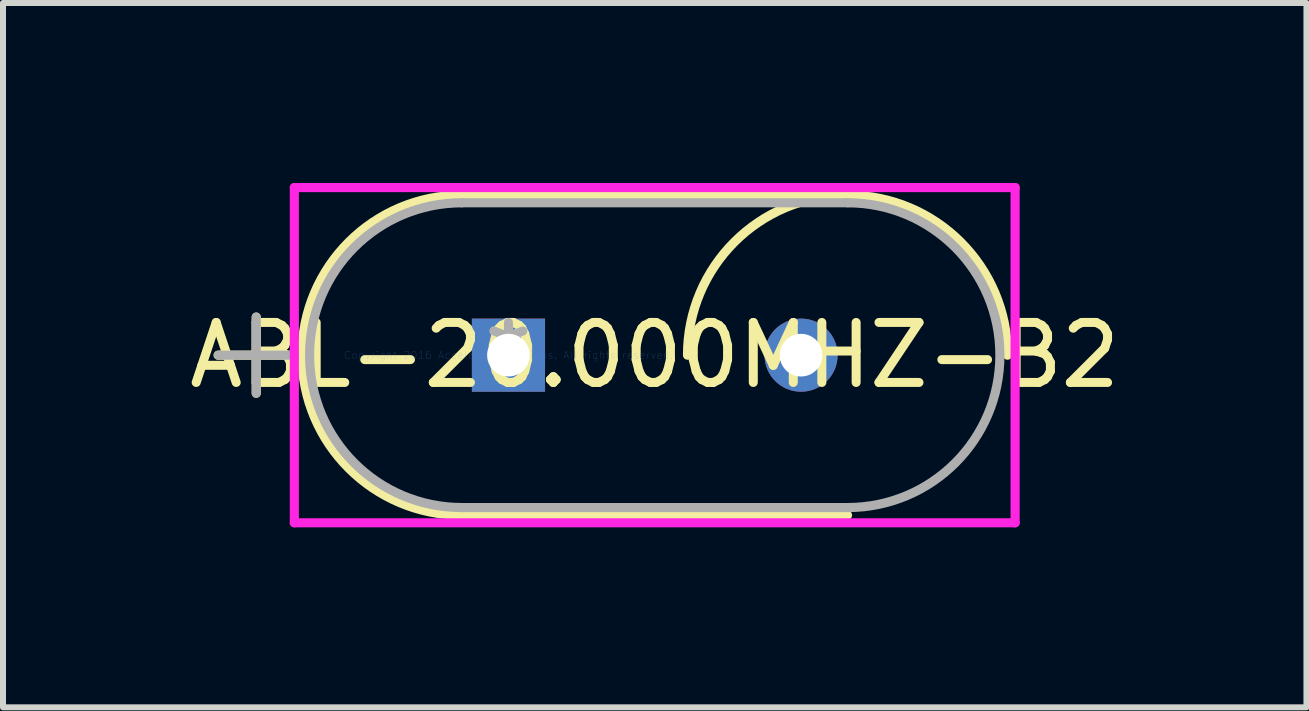
<source format=kicad_pcb>
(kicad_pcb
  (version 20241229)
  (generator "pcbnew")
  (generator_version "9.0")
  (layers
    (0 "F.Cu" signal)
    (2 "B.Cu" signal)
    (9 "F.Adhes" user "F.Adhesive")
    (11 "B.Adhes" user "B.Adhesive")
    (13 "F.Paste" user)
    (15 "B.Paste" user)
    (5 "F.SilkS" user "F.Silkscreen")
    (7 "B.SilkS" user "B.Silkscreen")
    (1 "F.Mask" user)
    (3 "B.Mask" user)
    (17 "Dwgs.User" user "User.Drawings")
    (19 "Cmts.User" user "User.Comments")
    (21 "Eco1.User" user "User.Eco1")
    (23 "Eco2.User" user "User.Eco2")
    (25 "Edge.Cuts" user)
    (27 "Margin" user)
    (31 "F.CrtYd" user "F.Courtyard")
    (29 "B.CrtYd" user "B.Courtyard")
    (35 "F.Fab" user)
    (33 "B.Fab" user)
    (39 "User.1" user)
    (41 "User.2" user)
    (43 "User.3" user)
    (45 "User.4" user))
  (footprint "ABL-20.000MHZ-B2"
    (layer "F.Cu")
    (at 5.425 2.87)
    (property "Reference" "ABL-20.000MHZ-B2" (at 2.438 0 0) (layer "F.SilkS") (effects (font (size 1 1) (thickness 0.15))))
    (attr through_hole)
    (fp_line (start -4.839 0) (end -3.569 0) (stroke (width 0.152) (type solid)) (layer "F.SilkS"))
    (fp_line (start -4.204 -0.635) (end -4.204 0.635) (stroke (width 0.152) (type solid)) (layer "F.SilkS"))
    (fp_line (start -0.775 -2.667) (end 5.652 -2.667) (stroke (width 0.152) (type solid)) (layer "F.SilkS"))
    (fp_line (start -0.775 2.667) (end 5.652 2.667) (stroke (width 0.152) (type solid)) (layer "F.SilkS"))
    (fp_arc (start -0.7747 2.667) (mid -3.4417 0) (end -0.7747 -2.667) (stroke (width 0.1524) (type solid)) (layer "F.SilkS"))
    (fp_arc (start 2.9845 0) (mid 3.765646 -1.885854) (end 5.6515 -2.667) (stroke (width 0.1524) (type solid)) (layer "F.SilkS"))
    (fp_arc (start 5.6515 -2.667) (mid 7.537354 -1.885854) (end 8.3185 0) (stroke (width 0.1524) (type solid)) (layer "F.SilkS"))
    (fp_line (start -3.569 -2.794) (end 8.445 -2.794) (stroke (width 0.152) (type solid)) (layer "F.CrtYd"))
    (fp_line (start -3.569 2.794) (end -3.569 -2.794) (stroke (width 0.152) (type solid)) (layer "F.CrtYd"))
    (fp_line (start 8.445 -2.794) (end 8.445 2.794) (stroke (width 0.152) (type solid)) (layer "F.CrtYd"))
    (fp_line (start 8.445 2.794) (end -3.569 2.794) (stroke (width 0.152) (type solid)) (layer "F.CrtYd"))
    (fp_line (start -4.839 0) (end -3.569 0) (stroke (width 0.152) (type solid)) (layer "F.Fab"))
    (fp_line (start -4.204 -0.635) (end -4.204 0.635) (stroke (width 0.152) (type solid)) (layer "F.Fab"))
    (fp_line (start -0.775 -2.54) (end 5.652 -2.54) (stroke (width 0.152) (type solid)) (layer "F.Fab"))
    (fp_line (start -0.775 2.54) (end 5.652 2.54) (stroke (width 0.152) (type solid)) (layer "F.Fab"))
    (fp_arc (start -0.7747 2.54) (mid -3.3147 0) (end -0.7747 -2.54) (stroke (width 0.1524) (type solid)) (layer "F.Fab"))
    (fp_arc (start 5.6515 -2.54) (mid 8.1915 0) (end 5.6515 2.54) (stroke (width 0.1524) (type solid)) (layer "F.Fab"))
    (fp_text user "*" (at 0 0 0) (layer "F.SilkS") (effects (font (size 1 1) (thickness 0.15))))
    (fp_text user "Copyright 2016 Accelerated Designs. All rights reserved." (at 0 0 0) (layer "Cmts.User") (effects (font (size 0.127 0.127) (thickness 0.002))))
    (fp_text user "*" (at 0 0 0) (layer "F.Fab") (effects (font (size 1 1) (thickness 0.15))))
    (pad "1" thru_hole rect (at 0 0) (size 1.219 1.219) (drill 0.711) (layers "*.Cu" "*.Mask"))
    (pad "2" thru_hole circle (at 4.877 0) (size 1.219 1.219) (drill 0.711) (layers "*.Cu" "*.Mask")))
  (gr_rect
    (start -3 -3)
    (end 18.726 8.74)
    (stroke (width 0.1) (type default))
    (fill no)
    (layer "Edge.Cuts")))
</source>
